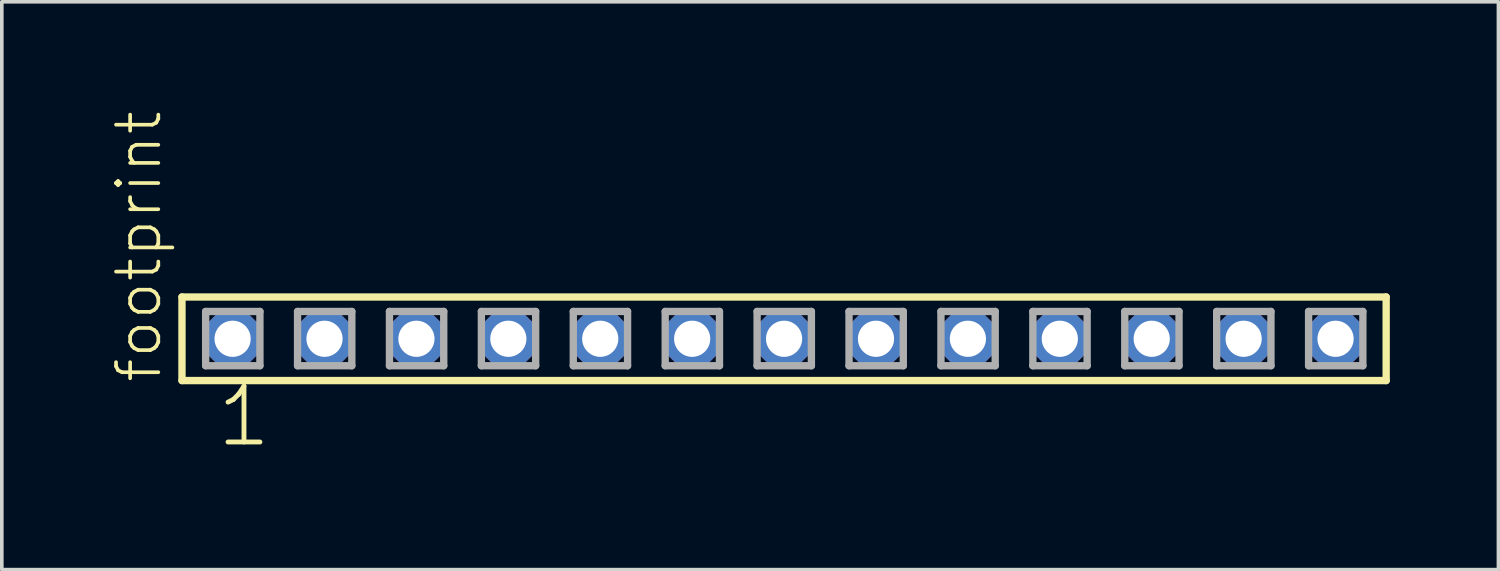
<source format=kicad_pcb>
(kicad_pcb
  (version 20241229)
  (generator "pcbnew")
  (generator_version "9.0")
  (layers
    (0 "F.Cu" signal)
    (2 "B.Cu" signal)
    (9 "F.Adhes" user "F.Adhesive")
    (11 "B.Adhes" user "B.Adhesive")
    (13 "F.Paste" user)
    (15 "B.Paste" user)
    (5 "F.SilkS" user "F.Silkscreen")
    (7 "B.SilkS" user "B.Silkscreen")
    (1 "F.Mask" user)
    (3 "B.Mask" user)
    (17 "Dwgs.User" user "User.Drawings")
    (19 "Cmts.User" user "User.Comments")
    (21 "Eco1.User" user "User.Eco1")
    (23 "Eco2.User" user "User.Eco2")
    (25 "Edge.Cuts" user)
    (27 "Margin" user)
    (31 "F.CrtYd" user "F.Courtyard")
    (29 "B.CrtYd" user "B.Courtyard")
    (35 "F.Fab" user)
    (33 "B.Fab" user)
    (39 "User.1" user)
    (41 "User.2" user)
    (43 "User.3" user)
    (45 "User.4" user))
  (footprint "footprint"
    (layer "F.Cu")
    (at 18.618 6.312)
    (property "Reference" "footprint" (at -17.145 1.27 90) (layer "F.SilkS") (effects (font (size 1.168 1.168) (thickness 0.102)) (justify left bottom)))
    (fp_line (start -16.639 -1.155) (end 16.639 -1.155) (stroke (width 0.203) (type solid)) (layer "F.SilkS"))
    (fp_line (start -16.639 1.155) (end -16.639 -1.155) (stroke (width 0.203) (type solid)) (layer "F.SilkS"))
    (fp_line (start 16.639 -1.155) (end 16.639 1.155) (stroke (width 0.203) (type solid)) (layer "F.SilkS"))
    (fp_line (start 16.639 1.155) (end -16.639 1.155) (stroke (width 0.203) (type solid)) (layer "F.SilkS"))
    (fp_line (start -15.985 -0.755) (end -14.485 -0.755) (stroke (width 0.203) (type solid)) (layer "F.Fab"))
    (fp_line (start -15.985 0.745) (end -15.985 -0.755) (stroke (width 0.203) (type solid)) (layer "F.Fab"))
    (fp_line (start -14.485 -0.755) (end -14.485 0.745) (stroke (width 0.203) (type solid)) (layer "F.Fab"))
    (fp_line (start -14.485 0.745) (end -15.985 0.745) (stroke (width 0.203) (type solid)) (layer "F.Fab"))
    (fp_line (start -13.445 -0.755) (end -11.945 -0.755) (stroke (width 0.203) (type solid)) (layer "F.Fab"))
    (fp_line (start -13.445 0.745) (end -13.445 -0.755) (stroke (width 0.203) (type solid)) (layer "F.Fab"))
    (fp_line (start -11.945 -0.755) (end -11.945 0.745) (stroke (width 0.203) (type solid)) (layer "F.Fab"))
    (fp_line (start -11.945 0.745) (end -13.445 0.745) (stroke (width 0.203) (type solid)) (layer "F.Fab"))
    (fp_line (start -10.905 -0.755) (end -9.405 -0.755) (stroke (width 0.203) (type solid)) (layer "F.Fab"))
    (fp_line (start -10.905 0.745) (end -10.905 -0.755) (stroke (width 0.203) (type solid)) (layer "F.Fab"))
    (fp_line (start -9.405 -0.755) (end -9.405 0.745) (stroke (width 0.203) (type solid)) (layer "F.Fab"))
    (fp_line (start -9.405 0.745) (end -10.905 0.745) (stroke (width 0.203) (type solid)) (layer "F.Fab"))
    (fp_line (start -8.365 -0.755) (end -6.865 -0.755) (stroke (width 0.203) (type solid)) (layer "F.Fab"))
    (fp_line (start -8.365 0.745) (end -8.365 -0.755) (stroke (width 0.203) (type solid)) (layer "F.Fab"))
    (fp_line (start -6.865 -0.755) (end -6.865 0.745) (stroke (width 0.203) (type solid)) (layer "F.Fab"))
    (fp_line (start -6.865 0.745) (end -8.365 0.745) (stroke (width 0.203) (type solid)) (layer "F.Fab"))
    (fp_line (start -5.825 -0.755) (end -4.325 -0.755) (stroke (width 0.203) (type solid)) (layer "F.Fab"))
    (fp_line (start -5.825 0.745) (end -5.825 -0.755) (stroke (width 0.203) (type solid)) (layer "F.Fab"))
    (fp_line (start -4.325 -0.755) (end -4.325 0.745) (stroke (width 0.203) (type solid)) (layer "F.Fab"))
    (fp_line (start -4.325 0.745) (end -5.825 0.745) (stroke (width 0.203) (type solid)) (layer "F.Fab"))
    (fp_line (start -3.285 -0.755) (end -1.785 -0.755) (stroke (width 0.203) (type solid)) (layer "F.Fab"))
    (fp_line (start -3.285 0.745) (end -3.285 -0.755) (stroke (width 0.203) (type solid)) (layer "F.Fab"))
    (fp_line (start -1.785 -0.755) (end -1.785 0.745) (stroke (width 0.203) (type solid)) (layer "F.Fab"))
    (fp_line (start -1.785 0.745) (end -3.285 0.745) (stroke (width 0.203) (type solid)) (layer "F.Fab"))
    (fp_line (start -0.745 -0.755) (end 0.755 -0.755) (stroke (width 0.203) (type solid)) (layer "F.Fab"))
    (fp_line (start -0.745 0.745) (end -0.745 -0.755) (stroke (width 0.203) (type solid)) (layer "F.Fab"))
    (fp_line (start 0.755 -0.755) (end 0.755 0.745) (stroke (width 0.203) (type solid)) (layer "F.Fab"))
    (fp_line (start 0.755 0.745) (end -0.745 0.745) (stroke (width 0.203) (type solid)) (layer "F.Fab"))
    (fp_line (start 1.795 -0.755) (end 3.295 -0.755) (stroke (width 0.203) (type solid)) (layer "F.Fab"))
    (fp_line (start 1.795 0.745) (end 1.795 -0.755) (stroke (width 0.203) (type solid)) (layer "F.Fab"))
    (fp_line (start 3.295 -0.755) (end 3.295 0.745) (stroke (width 0.203) (type solid)) (layer "F.Fab"))
    (fp_line (start 3.295 0.745) (end 1.795 0.745) (stroke (width 0.203) (type solid)) (layer "F.Fab"))
    (fp_line (start 4.335 -0.755) (end 5.835 -0.755) (stroke (width 0.203) (type solid)) (layer "F.Fab"))
    (fp_line (start 4.335 0.745) (end 4.335 -0.755) (stroke (width 0.203) (type solid)) (layer "F.Fab"))
    (fp_line (start 5.835 -0.755) (end 5.835 0.745) (stroke (width 0.203) (type solid)) (layer "F.Fab"))
    (fp_line (start 5.835 0.745) (end 4.335 0.745) (stroke (width 0.203) (type solid)) (layer "F.Fab"))
    (fp_line (start 6.875 -0.755) (end 8.375 -0.755) (stroke (width 0.203) (type solid)) (layer "F.Fab"))
    (fp_line (start 6.875 0.745) (end 6.875 -0.755) (stroke (width 0.203) (type solid)) (layer "F.Fab"))
    (fp_line (start 8.375 -0.755) (end 8.375 0.745) (stroke (width 0.203) (type solid)) (layer "F.Fab"))
    (fp_line (start 8.375 0.745) (end 6.875 0.745) (stroke (width 0.203) (type solid)) (layer "F.Fab"))
    (fp_line (start 9.415 -0.755) (end 10.915 -0.755) (stroke (width 0.203) (type solid)) (layer "F.Fab"))
    (fp_line (start 9.415 0.745) (end 9.415 -0.755) (stroke (width 0.203) (type solid)) (layer "F.Fab"))
    (fp_line (start 10.915 -0.755) (end 10.915 0.745) (stroke (width 0.203) (type solid)) (layer "F.Fab"))
    (fp_line (start 10.915 0.745) (end 9.415 0.745) (stroke (width 0.203) (type solid)) (layer "F.Fab"))
    (fp_line (start 11.955 -0.755) (end 13.455 -0.755) (stroke (width 0.203) (type solid)) (layer "F.Fab"))
    (fp_line (start 11.955 0.745) (end 11.955 -0.755) (stroke (width 0.203) (type solid)) (layer "F.Fab"))
    (fp_line (start 13.455 -0.755) (end 13.455 0.745) (stroke (width 0.203) (type solid)) (layer "F.Fab"))
    (fp_line (start 13.455 0.745) (end 11.955 0.745) (stroke (width 0.203) (type solid)) (layer "F.Fab"))
    (fp_line (start 14.495 -0.755) (end 15.995 -0.755) (stroke (width 0.203) (type solid)) (layer "F.Fab"))
    (fp_line (start 14.495 0.745) (end 14.495 -0.755) (stroke (width 0.203) (type solid)) (layer "F.Fab"))
    (fp_line (start 15.995 -0.755) (end 15.995 0.745) (stroke (width 0.203) (type solid)) (layer "F.Fab"))
    (fp_line (start 15.995 0.745) (end 14.495 0.745) (stroke (width 0.203) (type solid)) (layer "F.Fab"))
    (fp_text user "1" (at -15.748 3.048 0) (layer "F.SilkS") (effects (font (size 1.542 1.542) (thickness 0.134)) (justify left bottom)))
    (pad "1" thru_hole roundrect (at -15.24 0) (size 1.5 1.5) (drill 1) (layers "*.Cu" "*.Mask") (roundrect_rratio 0.25) (chamfer_ratio 0.25) (chamfer top_left top_right bottom_left bottom_right))
    (pad "2" thru_hole roundrect (at -12.7 0) (size 1.5 1.5) (drill 1) (layers "*.Cu" "*.Mask") (roundrect_rratio 0.25) (chamfer_ratio 0.25) (chamfer top_left top_right bottom_left bottom_right))
    (pad "3" thru_hole roundrect (at -10.16 0) (size 1.5 1.5) (drill 1) (layers "*.Cu" "*.Mask") (roundrect_rratio 0.25) (chamfer_ratio 0.25) (chamfer top_left top_right bottom_left bottom_right))
    (pad "4" thru_hole roundrect (at -7.62 0) (size 1.5 1.5) (drill 1) (layers "*.Cu" "*.Mask") (roundrect_rratio 0.25) (chamfer_ratio 0.25) (chamfer top_left top_right bottom_left bottom_right))
    (pad "5" thru_hole roundrect (at -5.08 0) (size 1.5 1.5) (drill 1) (layers "*.Cu" "*.Mask") (roundrect_rratio 0.25) (chamfer_ratio 0.25) (chamfer top_left top_right bottom_left bottom_right))
    (pad "6" thru_hole roundrect (at -2.54 0) (size 1.5 1.5) (drill 1) (layers "*.Cu" "*.Mask") (roundrect_rratio 0.25) (chamfer_ratio 0.25) (chamfer top_left top_right bottom_left bottom_right))
    (pad "7" thru_hole roundrect (at 0 0) (size 1.5 1.5) (drill 1) (layers "*.Cu" "*.Mask") (roundrect_rratio 0.25) (chamfer_ratio 0.25) (chamfer top_left top_right bottom_left bottom_right))
    (pad "8" thru_hole roundrect (at 2.54 0) (size 1.5 1.5) (drill 1) (layers "*.Cu" "*.Mask") (roundrect_rratio 0.25) (chamfer_ratio 0.25) (chamfer top_left top_right bottom_left bottom_right))
    (pad "9" thru_hole roundrect (at 5.08 0) (size 1.5 1.5) (drill 1) (layers "*.Cu" "*.Mask") (roundrect_rratio 0.25) (chamfer_ratio 0.25) (chamfer top_left top_right bottom_left bottom_right))
    (pad "10" thru_hole roundrect (at 7.62 0) (size 1.5 1.5) (drill 1) (layers "*.Cu" "*.Mask") (roundrect_rratio 0.25) (chamfer_ratio 0.25) (chamfer top_left top_right bottom_left bottom_right))
    (pad "11" thru_hole roundrect (at 10.16 0) (size 1.5 1.5) (drill 1) (layers "*.Cu" "*.Mask") (roundrect_rratio 0.25) (chamfer_ratio 0.25) (chamfer top_left top_right bottom_left bottom_right))
    (pad "12" thru_hole roundrect (at 12.7 0) (size 1.5 1.5) (drill 1) (layers "*.Cu" "*.Mask") (roundrect_rratio 0.25) (chamfer_ratio 0.25) (chamfer top_left top_right bottom_left bottom_right))
    (pad "13" thru_hole roundrect (at 15.24 0) (size 1.5 1.5) (drill 1) (layers "*.Cu" "*.Mask") (roundrect_rratio 0.25) (chamfer_ratio 0.25) (chamfer top_left top_right bottom_left bottom_right)))
  (gr_rect
    (start -3 -3)
    (end 38.359 12.691)
    (stroke (width 0.1) (type default))
    (fill no)
    (layer "Edge.Cuts")))
</source>
